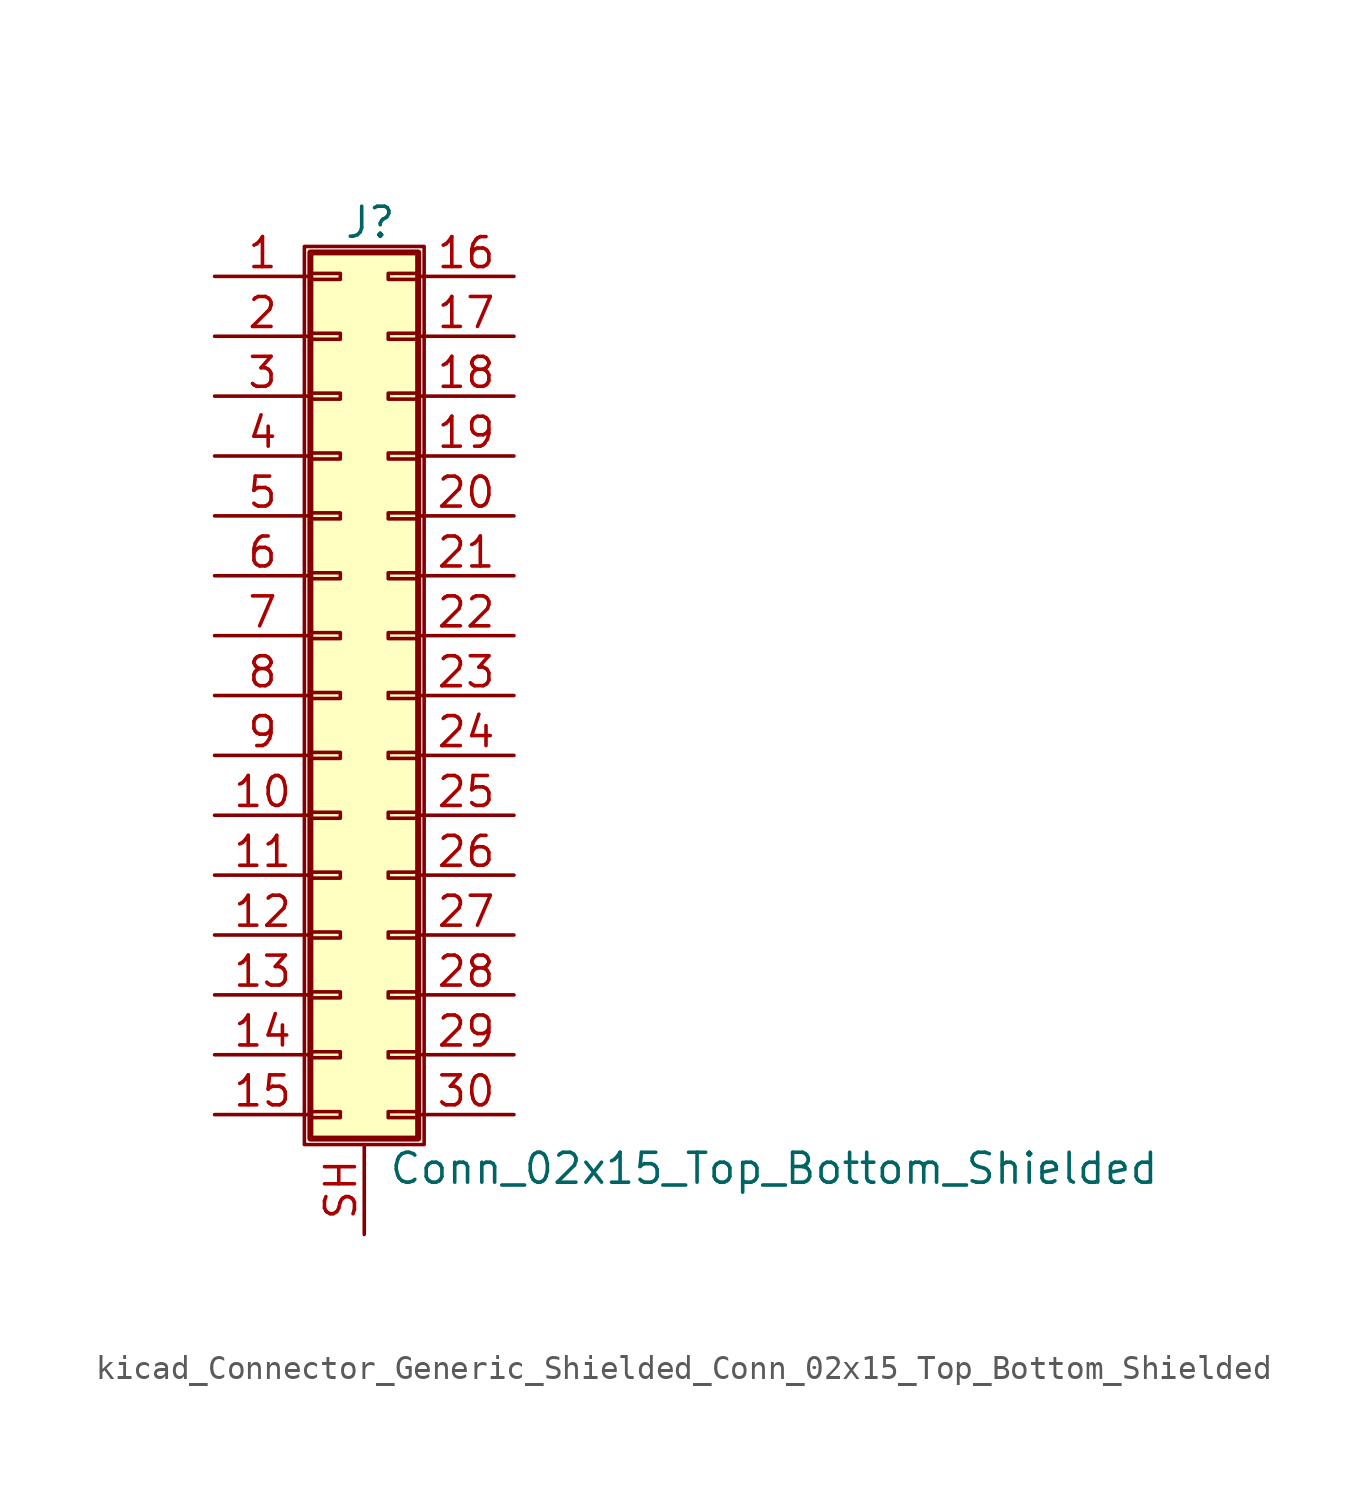
<source format=kicad_sym>
(kicad_symbol_lib
  (version 20220914)
  (generator kicad_symbol_editor)
  (symbol "kicad_Connector_Generic_Shielded_Conn_02x15_Top_Bottom_Shielded"
    (pin_names
      (offset 1.016) hide)
    (property "Reference" "J"
      (at 1.524 20.066 0)
      (effects (font (size 1.27 1.27))))
    (property "Value" "Conn_02x15_Top_Bottom_Shielded"
      (at 2.286 -20.066 0)
      (effects (font (size 1.27 1.27)) (justify left)))
    (symbol "kicad_Connector_Generic_Shielded_Conn_02x15_Top_Bottom_Shielded_1_1"
      (rectangle (start -1.27 19.05) (end 3.81 -19.05) (stroke (width 0.152) (type default)) (fill (type none)))
      (rectangle (start -1.016 -17.653) (end 0.254 -17.907) (stroke (width 0.152) (type default)) (fill (type none)))
      (rectangle (start -1.016 -15.113) (end 0.254 -15.367) (stroke (width 0.152) (type default)) (fill (type none)))
      (rectangle (start -1.016 -12.573) (end 0.254 -12.827) (stroke (width 0.152) (type default)) (fill (type none)))
      (rectangle (start -1.016 -10.033) (end 0.254 -10.287) (stroke (width 0.152) (type default)) (fill (type none)))
      (rectangle (start -1.016 -7.493) (end 0.254 -7.747) (stroke (width 0.152) (type default)) (fill (type none)))
      (rectangle (start -1.016 -4.953) (end 0.254 -5.207) (stroke (width 0.152) (type default)) (fill (type none)))
      (rectangle (start -1.016 -2.413) (end 0.254 -2.667) (stroke (width 0.152) (type default)) (fill (type none)))
      (rectangle (start -1.016 0.127) (end 0.254 -0.127) (stroke (width 0.152) (type default)) (fill (type none)))
      (rectangle (start -1.016 2.667) (end 0.254 2.413) (stroke (width 0.152) (type default)) (fill (type none)))
      (rectangle (start -1.016 5.207) (end 0.254 4.953) (stroke (width 0.152) (type default)) (fill (type none)))
      (rectangle (start -1.016 7.747) (end 0.254 7.493) (stroke (width 0.152) (type default)) (fill (type none)))
      (rectangle (start -1.016 10.287) (end 0.254 10.033) (stroke (width 0.152) (type default)) (fill (type none)))
      (rectangle (start -1.016 12.827) (end 0.254 12.573) (stroke (width 0.152) (type default)) (fill (type none)))
      (rectangle (start -1.016 15.367) (end 0.254 15.113) (stroke (width 0.152) (type default)) (fill (type none)))
      (rectangle (start -1.016 17.907) (end 0.254 17.653) (stroke (width 0.152) (type default)) (fill (type none)))
      (rectangle (start -1.016 18.796) (end 3.556 -18.796) (stroke (width 0.254) (type default)) (fill (type background)))
      (rectangle (start 3.556 -17.653) (end 2.286 -17.907) (stroke (width 0.152) (type default)) (fill (type none)))
      (rectangle (start 3.556 -15.113) (end 2.286 -15.367) (stroke (width 0.152) (type default)) (fill (type none)))
      (rectangle (start 3.556 -12.573) (end 2.286 -12.827) (stroke (width 0.152) (type default)) (fill (type none)))
      (rectangle (start 3.556 -10.033) (end 2.286 -10.287) (stroke (width 0.152) (type default)) (fill (type none)))
      (rectangle (start 3.556 -7.493) (end 2.286 -7.747) (stroke (width 0.152) (type default)) (fill (type none)))
      (rectangle (start 3.556 -4.953) (end 2.286 -5.207) (stroke (width 0.152) (type default)) (fill (type none)))
      (rectangle (start 3.556 -2.413) (end 2.286 -2.667) (stroke (width 0.152) (type default)) (fill (type none)))
      (rectangle (start 3.556 0.127) (end 2.286 -0.127) (stroke (width 0.152) (type default)) (fill (type none)))
      (rectangle (start 3.556 2.667) (end 2.286 2.413) (stroke (width 0.152) (type default)) (fill (type none)))
      (rectangle (start 3.556 5.207) (end 2.286 4.953) (stroke (width 0.152) (type default)) (fill (type none)))
      (rectangle (start 3.556 7.747) (end 2.286 7.493) (stroke (width 0.152) (type default)) (fill (type none)))
      (rectangle (start 3.556 10.287) (end 2.286 10.033) (stroke (width 0.152) (type default)) (fill (type none)))
      (rectangle (start 3.556 12.827) (end 2.286 12.573) (stroke (width 0.152) (type default)) (fill (type none)))
      (rectangle (start 3.556 15.367) (end 2.286 15.113) (stroke (width 0.152) (type default)) (fill (type none)))
      (rectangle (start 3.556 17.907) (end 2.286 17.653) (stroke (width 0.152) (type default)) (fill (type none)))
      (pin passive line (at -5.08 17.78 0) (length 4.064) (name "Pin_1" (effects (font (size 1.27 1.27)))) (number "1" (effects (font (size 1.27 1.27)))))
      (pin passive line (at -5.08 -5.08 0) (length 4.064) (name "Pin_10" (effects (font (size 1.27 1.27)))) (number "10" (effects (font (size 1.27 1.27)))))
      (pin passive line (at -5.08 -7.62 0) (length 4.064) (name "Pin_11" (effects (font (size 1.27 1.27)))) (number "11" (effects (font (size 1.27 1.27)))))
      (pin passive line (at -5.08 -10.16 0) (length 4.064) (name "Pin_12" (effects (font (size 1.27 1.27)))) (number "12" (effects (font (size 1.27 1.27)))))
      (pin passive line (at -5.08 -12.7 0) (length 4.064) (name "Pin_13" (effects (font (size 1.27 1.27)))) (number "13" (effects (font (size 1.27 1.27)))))
      (pin passive line (at -5.08 -15.24 0) (length 4.064) (name "Pin_14" (effects (font (size 1.27 1.27)))) (number "14" (effects (font (size 1.27 1.27)))))
      (pin passive line (at -5.08 -17.78 0) (length 4.064) (name "Pin_15" (effects (font (size 1.27 1.27)))) (number "15" (effects (font (size 1.27 1.27)))))
      (pin passive line (at 7.62 17.78 180) (length 4.064) (name "Pin_16" (effects (font (size 1.27 1.27)))) (number "16" (effects (font (size 1.27 1.27)))))
      (pin passive line (at 7.62 15.24 180) (length 4.064) (name "Pin_17" (effects (font (size 1.27 1.27)))) (number "17" (effects (font (size 1.27 1.27)))))
      (pin passive line (at 7.62 12.7 180) (length 4.064) (name "Pin_18" (effects (font (size 1.27 1.27)))) (number "18" (effects (font (size 1.27 1.27)))))
      (pin passive line (at 7.62 10.16 180) (length 4.064) (name "Pin_19" (effects (font (size 1.27 1.27)))) (number "19" (effects (font (size 1.27 1.27)))))
      (pin passive line (at -5.08 15.24 0) (length 4.064) (name "Pin_2" (effects (font (size 1.27 1.27)))) (number "2" (effects (font (size 1.27 1.27)))))
      (pin passive line (at 7.62 7.62 180) (length 4.064) (name "Pin_20" (effects (font (size 1.27 1.27)))) (number "20" (effects (font (size 1.27 1.27)))))
      (pin passive line (at 7.62 5.08 180) (length 4.064) (name "Pin_21" (effects (font (size 1.27 1.27)))) (number "21" (effects (font (size 1.27 1.27)))))
      (pin passive line (at 7.62 2.54 180) (length 4.064) (name "Pin_22" (effects (font (size 1.27 1.27)))) (number "22" (effects (font (size 1.27 1.27)))))
      (pin passive line (at 7.62 0 180) (length 4.064) (name "Pin_23" (effects (font (size 1.27 1.27)))) (number "23" (effects (font (size 1.27 1.27)))))
      (pin passive line (at 7.62 -2.54 180) (length 4.064) (name "Pin_24" (effects (font (size 1.27 1.27)))) (number "24" (effects (font (size 1.27 1.27)))))
      (pin passive line (at 7.62 -5.08 180) (length 4.064) (name "Pin_25" (effects (font (size 1.27 1.27)))) (number "25" (effects (font (size 1.27 1.27)))))
      (pin passive line (at 7.62 -7.62 180) (length 4.064) (name "Pin_26" (effects (font (size 1.27 1.27)))) (number "26" (effects (font (size 1.27 1.27)))))
      (pin passive line (at 7.62 -10.16 180) (length 4.064) (name "Pin_27" (effects (font (size 1.27 1.27)))) (number "27" (effects (font (size 1.27 1.27)))))
      (pin passive line (at 7.62 -12.7 180) (length 4.064) (name "Pin_28" (effects (font (size 1.27 1.27)))) (number "28" (effects (font (size 1.27 1.27)))))
      (pin passive line (at 7.62 -15.24 180) (length 4.064) (name "Pin_29" (effects (font (size 1.27 1.27)))) (number "29" (effects (font (size 1.27 1.27)))))
      (pin passive line (at -5.08 12.7 0) (length 4.064) (name "Pin_3" (effects (font (size 1.27 1.27)))) (number "3" (effects (font (size 1.27 1.27)))))
      (pin passive line (at 7.62 -17.78 180) (length 4.064) (name "Pin_30" (effects (font (size 1.27 1.27)))) (number "30" (effects (font (size 1.27 1.27)))))
      (pin passive line (at -5.08 10.16 0) (length 4.064) (name "Pin_4" (effects (font (size 1.27 1.27)))) (number "4" (effects (font (size 1.27 1.27)))))
      (pin passive line (at -5.08 7.62 0) (length 4.064) (name "Pin_5" (effects (font (size 1.27 1.27)))) (number "5" (effects (font (size 1.27 1.27)))))
      (pin passive line (at -5.08 5.08 0) (length 4.064) (name "Pin_6" (effects (font (size 1.27 1.27)))) (number "6" (effects (font (size 1.27 1.27)))))
      (pin passive line (at -5.08 2.54 0) (length 4.064) (name "Pin_7" (effects (font (size 1.27 1.27)))) (number "7" (effects (font (size 1.27 1.27)))))
      (pin passive line (at -5.08 0 0) (length 4.064) (name "Pin_8" (effects (font (size 1.27 1.27)))) (number "8" (effects (font (size 1.27 1.27)))))
      (pin passive line (at -5.08 -2.54 0) (length 4.064) (name "Pin_9" (effects (font (size 1.27 1.27)))) (number "9" (effects (font (size 1.27 1.27)))))
      (pin passive line (at 1.27 -22.86 90) (length 3.81) (name "Shield" (effects (font (size 1.27 1.27)))) (number "SH" (effects (font (size 1.27 1.27))))))))
</source>
